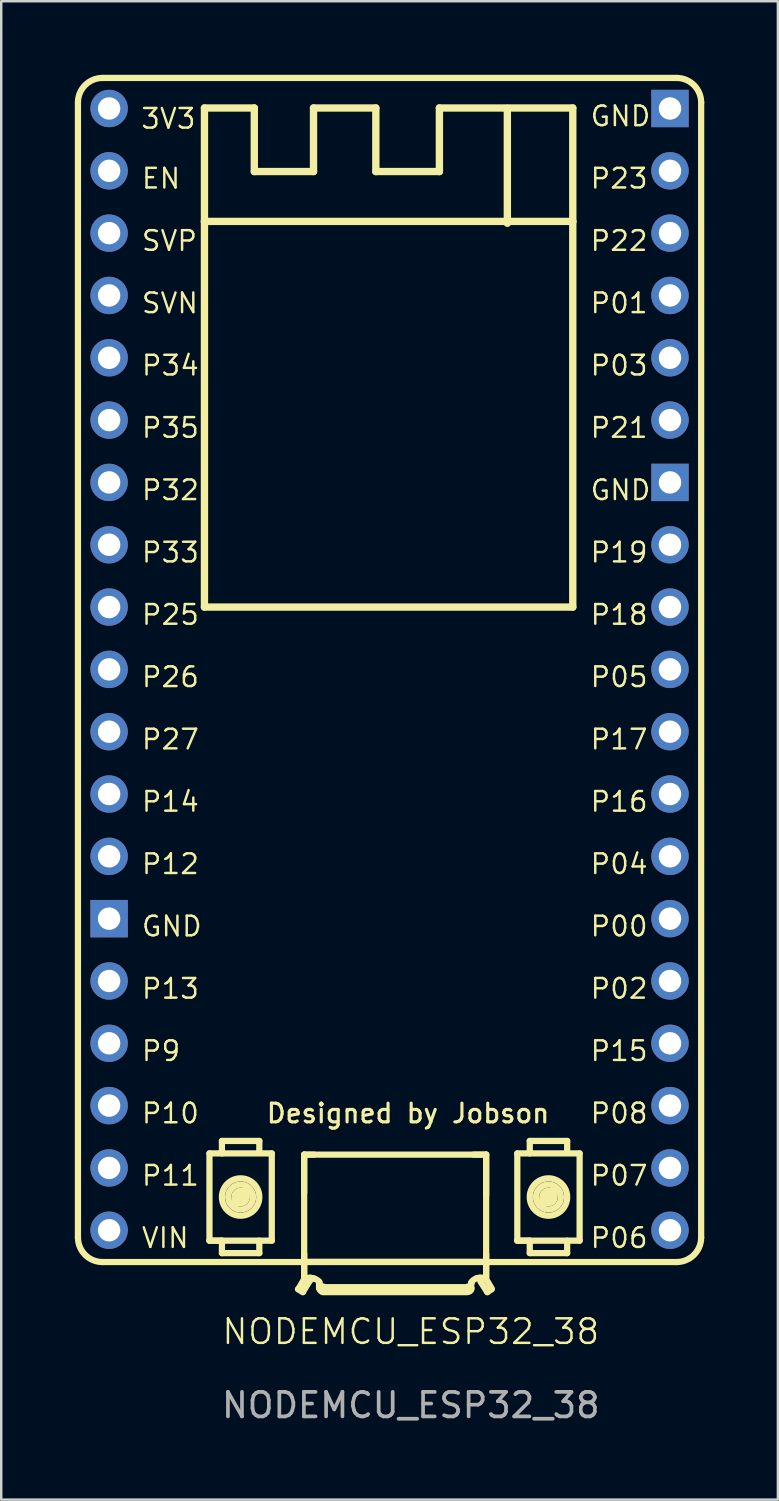
<source format=kicad_pcb>
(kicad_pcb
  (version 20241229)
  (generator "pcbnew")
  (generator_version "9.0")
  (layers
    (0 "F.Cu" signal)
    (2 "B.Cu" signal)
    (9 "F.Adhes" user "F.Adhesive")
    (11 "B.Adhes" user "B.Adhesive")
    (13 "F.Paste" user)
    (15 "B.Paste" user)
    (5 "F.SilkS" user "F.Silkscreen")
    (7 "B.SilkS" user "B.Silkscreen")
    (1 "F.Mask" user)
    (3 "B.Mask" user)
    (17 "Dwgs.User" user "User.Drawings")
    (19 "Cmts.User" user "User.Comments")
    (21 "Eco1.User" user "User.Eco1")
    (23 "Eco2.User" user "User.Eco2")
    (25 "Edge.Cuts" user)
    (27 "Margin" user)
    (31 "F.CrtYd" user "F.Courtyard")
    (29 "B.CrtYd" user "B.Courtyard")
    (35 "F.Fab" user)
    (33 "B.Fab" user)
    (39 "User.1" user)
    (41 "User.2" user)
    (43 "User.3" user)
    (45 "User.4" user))
  (footprint "NODEMCU_ESP32_38"
    (layer "F.Cu")
    (at 13.793 24.694)
    (property "Reference" "NODEMCU_ESP32_38" (at -0.1 26.53 0) (unlocked yes) (layer "F.SilkS") (effects (font (size 1 1) (thickness 0.1))))
    (attr through_hole)
    (fp_line (start -13.666 22.693) (end -13.666 -23.567) (stroke (width 0.254) (type solid)) (layer "F.SilkS"))
    (fp_line (start -12.666 -24.567) (end 10.734 -24.567) (stroke (width 0.254) (type solid)) (layer "F.SilkS"))
    (fp_line (start -12.666 23.693) (end 10.734 23.693) (stroke (width 0.254) (type solid)) (layer "F.SilkS"))
    (fp_line (start -8.51 -23.343) (end -6.478 -23.343) (stroke (width 0.3) (type solid)) (layer "F.SilkS"))
    (fp_line (start -8.51 -18.72) (end -8.51 -23.343) (stroke (width 0.3) (type solid)) (layer "F.SilkS"))
    (fp_line (start -8.51 -18.72) (end 6.502 -18.72) (stroke (width 0.3) (type solid)) (layer "F.SilkS"))
    (fp_line (start -8.51 -3.002) (end -8.51 -18.72) (stroke (width 0.3) (type solid)) (layer "F.SilkS"))
    (fp_line (start -8.51 -3.002) (end 6.502 -3.002) (stroke (width 0.3) (type solid)) (layer "F.SilkS"))
    (fp_line (start -8.306 19.266) (end -5.766 19.266) (stroke (width 0.254) (type solid)) (layer "F.SilkS"))
    (fp_line (start -8.306 22.822) (end -8.306 19.266) (stroke (width 0.254) (type solid)) (layer "F.SilkS"))
    (fp_line (start -8.306 22.822) (end -7.798 22.822) (stroke (width 0.254) (type solid)) (layer "F.SilkS"))
    (fp_line (start -8.306 22.822) (end -5.766 22.822) (stroke (width 0.254) (type solid)) (layer "F.SilkS"))
    (fp_line (start -7.798 18.758) (end -6.274 18.758) (stroke (width 0.254) (type solid)) (layer "F.SilkS"))
    (fp_line (start -7.798 19.266) (end -7.798 18.758) (stroke (width 0.254) (type solid)) (layer "F.SilkS"))
    (fp_line (start -7.798 23.33) (end -7.798 22.822) (stroke (width 0.254) (type solid)) (layer "F.SilkS"))
    (fp_line (start -7.798 23.33) (end -6.274 23.33) (stroke (width 0.254) (type solid)) (layer "F.SilkS"))
    (fp_line (start -6.478 -20.752) (end -6.478 -23.343) (stroke (width 0.3) (type solid)) (layer "F.SilkS"))
    (fp_line (start -6.478 -20.752) (end -4.065 -20.752) (stroke (width 0.3) (type solid)) (layer "F.SilkS"))
    (fp_line (start -6.274 19.197) (end -6.274 18.758) (stroke (width 0.254) (type solid)) (layer "F.SilkS"))
    (fp_line (start -6.274 23.33) (end -6.274 22.822) (stroke (width 0.254) (type solid)) (layer "F.SilkS"))
    (fp_line (start -5.766 22.822) (end -5.766 19.266) (stroke (width 0.254) (type solid)) (layer "F.SilkS"))
    (fp_line (start -4.7 24.803) (end -4.5 24.92) (stroke (width 0.254) (type solid)) (layer "F.SilkS"))
    (fp_line (start -4.674 24.777) (end -4.42 24.346) (stroke (width 0.254) (type solid)) (layer "F.SilkS"))
    (fp_line (start -4.5 24.92) (end -4.221 24.463) (stroke (width 0.254) (type solid)) (layer "F.SilkS"))
    (fp_line (start -4.446 19.316) (end -4.039 19.316) (stroke (width 0.254) (type solid)) (layer "F.SilkS"))
    (fp_line (start -4.446 19.316) (end 2.971 19.316) (stroke (width 0.254) (type solid)) (layer "F.SilkS"))
    (fp_line (start -4.446 20.866) (end -4.446 19.316) (stroke (width 0.254) (type solid)) (layer "F.SilkS"))
    (fp_line (start -4.446 24.269) (end -4.446 23.355) (stroke (width 0.254) (type solid)) (layer "F.SilkS"))
    (fp_line (start -4.446 24.32) (end -4.446 19.316) (stroke (width 0.254) (type solid)) (layer "F.SilkS"))
    (fp_line (start -4.446 24.346) (end -4.195 24.336) (stroke (width 0.254) (type solid)) (layer "F.SilkS"))
    (fp_line (start -4.42 23.685) (end 2.946 23.685) (stroke (width 0.254) (type solid)) (layer "F.SilkS"))
    (fp_line (start -4.195 24.336) (end -4.039 24.371) (stroke (width 0.254) (type solid)) (layer "F.SilkS"))
    (fp_line (start -4.065 -23.343) (end -1.525 -23.343) (stroke (width 0.3) (type solid)) (layer "F.SilkS"))
    (fp_line (start -4.065 -20.752) (end -4.065 -23.343) (stroke (width 0.3) (type solid)) (layer "F.SilkS"))
    (fp_line (start -3.84 24.565) (end -3.84 24.539) (stroke (width 0.254) (type solid)) (layer "F.SilkS"))
    (fp_line (start -3.84 24.768) (end -3.84 24.565) (stroke (width 0.254) (type solid)) (layer "F.SilkS"))
    (fp_line (start -3.687 24.717) (end 2.206 24.717) (stroke (width 0.254) (type solid)) (layer "F.SilkS"))
    (fp_line (start -3.687 24.92) (end 2.206 24.92) (stroke (width 0.254) (type solid)) (layer "F.SilkS"))
    (fp_line (start -1.525 -20.752) (end -1.525 -23.343) (stroke (width 0.3) (type solid)) (layer "F.SilkS"))
    (fp_line (start -1.525 -20.752) (end 1.066 -20.752) (stroke (width 0.3) (type solid)) (layer "F.SilkS"))
    (fp_line (start 1.066 -23.343) (end 6.502 -23.343) (stroke (width 0.3) (type solid)) (layer "F.SilkS"))
    (fp_line (start 1.066 -20.752) (end 1.066 -23.343) (stroke (width 0.3) (type solid)) (layer "F.SilkS"))
    (fp_line (start 2.358 24.565) (end 2.358 24.539) (stroke (width 0.254) (type solid)) (layer "F.SilkS"))
    (fp_line (start 2.358 24.768) (end 2.358 24.565) (stroke (width 0.254) (type solid)) (layer "F.SilkS"))
    (fp_line (start 2.463 19.316) (end 2.971 19.316) (stroke (width 0.254) (type solid)) (layer "F.SilkS"))
    (fp_line (start 2.59 24.346) (end 2.714 24.336) (stroke (width 0.254) (type solid)) (layer "F.SilkS"))
    (fp_line (start 2.714 24.336) (end 2.971 24.32) (stroke (width 0.254) (type solid)) (layer "F.SilkS"))
    (fp_line (start 2.739 24.489) (end 3.018 24.92) (stroke (width 0.254) (type solid)) (layer "F.SilkS"))
    (fp_line (start 2.946 24.346) (end 3.2 24.777) (stroke (width 0.254) (type solid)) (layer "F.SilkS"))
    (fp_line (start 2.971 20.967) (end 2.971 19.316) (stroke (width 0.254) (type solid)) (layer "F.SilkS"))
    (fp_line (start 2.971 24.269) (end 2.971 23.355) (stroke (width 0.254) (type solid)) (layer "F.SilkS"))
    (fp_line (start 2.971 24.32) (end 2.971 19.316) (stroke (width 0.254) (type solid)) (layer "F.SilkS"))
    (fp_line (start 3.018 24.92) (end 3.2 24.803) (stroke (width 0.254) (type solid)) (layer "F.SilkS"))
    (fp_line (start 3.835 -18.644) (end 3.835 -23.33) (stroke (width 0.3) (type solid)) (layer "F.SilkS"))
    (fp_line (start 4.241 19.266) (end 6.781 19.266) (stroke (width 0.254) (type solid)) (layer "F.SilkS"))
    (fp_line (start 4.241 22.822) (end 4.241 19.266) (stroke (width 0.254) (type solid)) (layer "F.SilkS"))
    (fp_line (start 4.241 22.822) (end 4.749 22.822) (stroke (width 0.254) (type solid)) (layer "F.SilkS"))
    (fp_line (start 4.241 22.822) (end 6.781 22.822) (stroke (width 0.254) (type solid)) (layer "F.SilkS"))
    (fp_line (start 4.749 18.758) (end 6.273 18.758) (stroke (width 0.254) (type solid)) (layer "F.SilkS"))
    (fp_line (start 4.749 19.266) (end 4.749 18.758) (stroke (width 0.254) (type solid)) (layer "F.SilkS"))
    (fp_line (start 4.749 23.33) (end 4.749 22.822) (stroke (width 0.254) (type solid)) (layer "F.SilkS"))
    (fp_line (start 4.749 23.33) (end 6.273 23.33) (stroke (width 0.254) (type solid)) (layer "F.SilkS"))
    (fp_line (start 6.273 19.172) (end 6.273 18.758) (stroke (width 0.254) (type solid)) (layer "F.SilkS"))
    (fp_line (start 6.273 23.33) (end 6.273 22.822) (stroke (width 0.254) (type solid)) (layer "F.SilkS"))
    (fp_line (start 6.502 -18.72) (end 6.502 -23.343) (stroke (width 0.3) (type solid)) (layer "F.SilkS"))
    (fp_line (start 6.502 -3.002) (end 6.502 -18.72) (stroke (width 0.3) (type solid)) (layer "F.SilkS"))
    (fp_line (start 6.781 22.822) (end 6.781 19.266) (stroke (width 0.254) (type solid)) (layer "F.SilkS"))
    (fp_line (start 11.734 22.693) (end 11.734 -23.567) (stroke (width 0.254) (type solid)) (layer "F.SilkS"))
    (fp_arc (start -13.66572 -23.56685) (mid -13.372827 -24.273957) (end -12.66572 -24.56685) (stroke (width 0.254) (type solid)) (layer "F.SilkS"))
    (fp_arc (start -12.66572 23.69307) (mid -13.372827 23.400177) (end -13.66572 22.69307) (stroke (width 0.254) (type solid)) (layer "F.SilkS"))
    (fp_arc (start -4.26774 24.345548) (mid -4.026919 24.369734) (end -3.823244 24.500487) (stroke (width 0.254) (type solid)) (layer "F.SilkS"))
    (fp_arc (start -4.166144 24.345551) (mid -4.177303 24.400014) (end -4.206783 24.44715) (stroke (width 0.254) (type solid)) (layer "F.SilkS"))
    (fp_arc (start -3.670846 24.906881) (mid -3.780227 24.862052) (end -3.823241 24.751945) (stroke (width 0.254) (type solid)) (layer "F.SilkS"))
    (fp_arc (start -3.67084 24.690981) (mid -3.776608 24.64972) (end -3.823236 24.546205) (stroke (width 0.254) (type solid)) (layer "F.SilkS"))
    (fp_arc (start 2.376892 24.500484) (mid 2.551693 24.370564) (end 2.768053 24.345544) (stroke (width 0.254) (type solid)) (layer "F.SilkS"))
    (fp_arc (start 2.376892 24.751946) (mid 2.333877 24.862054) (end 2.224495 24.906882) (stroke (width 0.254) (type solid)) (layer "F.SilkS"))
    (fp_arc (start 2.376896 24.546205) (mid 2.330268 24.64972) (end 2.2245 24.690981) (stroke (width 0.254) (type solid)) (layer "F.SilkS"))
    (fp_arc (start 2.765517 24.452224) (mid 2.744496 24.40094) (end 2.742658 24.345545) (stroke (width 0.254) (type solid)) (layer "F.SilkS"))
    (fp_arc (start 10.73423 -24.56685) (mid 11.441356 -24.273967) (end 11.73423 -23.56685) (stroke (width 0.254) (type solid)) (layer "F.SilkS"))
    (fp_arc (start 11.73423 22.69307) (mid 11.441337 23.400177) (end 10.73423 23.69307) (stroke (width 0.254) (type solid)) (layer "F.SilkS"))
    (fp_circle (center -7.163 21.171) (end -7.163 21.044) (stroke (width 0.254) (type solid)) (fill no) (layer "F.SilkS"))
    (fp_circle (center -7.036 21.044) (end -7.036 20.282) (stroke (width 0.254) (type solid)) (fill no) (layer "F.SilkS"))
    (fp_circle (center -7.036 21.044) (end -7.036 20.536) (stroke (width 0.254) (type solid)) (fill no) (layer "F.SilkS"))
    (fp_circle (center -7.036 21.044) (end -7.036 20.79) (stroke (width 0.254) (type solid)) (fill no) (layer "F.SilkS"))
    (fp_circle (center -6.909 20.917) (end -6.909 20.79) (stroke (width 0.254) (type solid)) (fill no) (layer "F.SilkS"))
    (fp_circle (center 5.384 21.171) (end 5.384 21.044) (stroke (width 0.254) (type solid)) (fill no) (layer "F.SilkS"))
    (fp_circle (center 5.511 21.044) (end 5.511 20.282) (stroke (width 0.254) (type solid)) (fill no) (layer "F.SilkS"))
    (fp_circle (center 5.511 21.044) (end 5.511 20.536) (stroke (width 0.254) (type solid)) (fill no) (layer "F.SilkS"))
    (fp_circle (center 5.511 21.044) (end 5.511 20.79) (stroke (width 0.254) (type solid)) (fill no) (layer "F.SilkS"))
    (fp_circle (center 5.638 20.917) (end 5.638 20.79) (stroke (width 0.254) (type solid)) (fill no) (layer "F.SilkS"))
    (fp_line (start 0.05 0.05) (end 0.051 0.049) (stroke (width 0.003) (type solid)) (layer "Eco1.User"))
    (fp_text user "3V3" (at -11.151 -22.44 0) (unlocked yes) (layer "F.SilkS") (effects (font (size 0.8 0.8) (thickness 0.1)) (justify left bottom)))
    (fp_text user "P02" (at 7.162 13.019 0) (unlocked yes) (layer "F.SilkS") (effects (font (size 0.8 0.8) (thickness 0.1)) (justify left bottom)))
    (fp_text user "P07" (at 7.162 20.639 0) (unlocked yes) (layer "F.SilkS") (effects (font (size 0.8 0.8) (thickness 0.1)) (justify left bottom)))
    (fp_text user "P14" (at -11.126 5.399 0) (unlocked yes) (layer "F.SilkS") (effects (font (size 0.8 0.8) (thickness 0.1)) (justify left bottom)))
    (fp_text user "P26" (at -11.126 0.319 0) (unlocked yes) (layer "F.SilkS") (effects (font (size 0.8 0.8) (thickness 0.1)) (justify left bottom)))
    (fp_text user "P33" (at -11.126 -4.761 0) (unlocked yes) (layer "F.SilkS") (effects (font (size 0.8 0.8) (thickness 0.1)) (justify left bottom)))
    (fp_text user "P25" (at -11.126 -2.221 0) (unlocked yes) (layer "F.SilkS") (effects (font (size 0.8 0.8) (thickness 0.1)) (justify left bottom)))
    (fp_text user "P27" (at -11.126 2.859 0) (unlocked yes) (layer "F.SilkS") (effects (font (size 0.8 0.8) (thickness 0.1)) (justify left bottom)))
    (fp_text user "P23" (at 7.162 -20.001 0) (unlocked yes) (layer "F.SilkS") (effects (font (size 0.8 0.8) (thickness 0.1)) (justify left bottom)))
    (fp_text user "P32" (at -11.126 -7.301 0) (unlocked yes) (layer "F.SilkS") (effects (font (size 0.8 0.8) (thickness 0.1)) (justify left bottom)))
    (fp_text user "SVP" (at -11.126 -17.461 0) (unlocked yes) (layer "F.SilkS") (effects (font (size 0.8 0.8) (thickness 0.1)) (justify left bottom)))
    (fp_text user "P08" (at 7.162 18.099 0) (unlocked yes) (layer "F.SilkS") (effects (font (size 0.8 0.8) (thickness 0.1)) (justify left bottom)))
    (fp_text user "P03" (at 7.162 -12.381 0) (unlocked yes) (layer "F.SilkS") (effects (font (size 0.8 0.8) (thickness 0.1)) (justify left bottom)))
    (fp_text user "P00" (at 7.162 10.479 0) (unlocked yes) (layer "F.SilkS") (effects (font (size 0.8 0.8) (thickness 0.1)) (justify left bottom)))
    (fp_text user "VIN" (at -11.126 23.179 0) (unlocked yes) (layer "F.SilkS") (effects (font (size 0.8 0.8) (thickness 0.1)) (justify left bottom)))
    (fp_text user "P01" (at 7.162 -14.921 0) (unlocked yes) (layer "F.SilkS") (effects (font (size 0.8 0.8) (thickness 0.1)) (justify left bottom)))
    (fp_text user "SVN" (at -11.126 -14.921 0) (unlocked yes) (layer "F.SilkS") (effects (font (size 0.8 0.8) (thickness 0.1)) (justify left bottom)))
    (fp_text user "P11" (at -11.126 20.639 0) (unlocked yes) (layer "F.SilkS") (effects (font (size 0.8 0.8) (thickness 0.1)) (justify left bottom)))
    (fp_text user "P12" (at -11.126 7.939 0) (unlocked yes) (layer "F.SilkS") (effects (font (size 0.8 0.8) (thickness 0.1)) (justify left bottom)))
    (fp_text user "P19" (at 7.162 -4.761 0) (unlocked yes) (layer "F.SilkS") (effects (font (size 0.8 0.8) (thickness 0.1)) (justify left bottom)))
    (fp_text user "P18" (at 7.162 -2.221 0) (unlocked yes) (layer "F.SilkS") (effects (font (size 0.8 0.8) (thickness 0.1)) (justify left bottom)))
    (fp_text user "P10" (at -11.126 18.099 0) (unlocked yes) (layer "F.SilkS") (effects (font (size 0.8 0.8) (thickness 0.1)) (justify left bottom)))
    (fp_text user "P34" (at -11.126 -12.381 0) (unlocked yes) (layer "F.SilkS") (effects (font (size 0.8 0.8) (thickness 0.1)) (justify left bottom)))
    (fp_text user "P06" (at 7.162 23.179 0) (unlocked yes) (layer "F.SilkS") (effects (font (size 0.8 0.8) (thickness 0.1)) (justify left bottom)))
    (fp_text user "P13" (at -11.126 13.019 0) (unlocked yes) (layer "F.SilkS") (effects (font (size 0.8 0.8) (thickness 0.1)) (justify left bottom)))
    (fp_text user "Designed by Jobson" (at -6.046 18.08 0) (unlocked yes) (layer "F.SilkS") (effects (font (size 0.762 0.762) (thickness 0.127)) (justify left bottom)))
    (fp_text user "GND" (at 7.162 -22.541 0) (unlocked yes) (layer "F.SilkS") (effects (font (size 0.8 0.8) (thickness 0.1)) (justify left bottom)))
    (fp_text user "P9" (at -11.126 15.559 0) (unlocked yes) (layer "F.SilkS") (effects (font (size 0.8 0.8) (thickness 0.1)) (justify left bottom)))
    (fp_text user "GND" (at 7.162 -7.301 0) (unlocked yes) (layer "F.SilkS") (effects (font (size 0.8 0.8) (thickness 0.1)) (justify left bottom)))
    (fp_text user "P21" (at 7.162 -9.841 0) (unlocked yes) (layer "F.SilkS") (effects (font (size 0.8 0.8) (thickness 0.1)) (justify left bottom)))
    (fp_text user "P22" (at 7.162 -17.461 0) (unlocked yes) (layer "F.SilkS") (effects (font (size 0.8 0.8) (thickness 0.1)) (justify left bottom)))
    (fp_text user "GND" (at -11.126 10.479 0) (unlocked yes) (layer "F.SilkS") (effects (font (size 0.8 0.8) (thickness 0.1)) (justify left bottom)))
    (fp_text user "P16" (at 7.162 5.399 0) (unlocked yes) (layer "F.SilkS") (effects (font (size 0.8 0.8) (thickness 0.1)) (justify left bottom)))
    (fp_text user "EN" (at -11.126 -20.001 0) (unlocked yes) (layer "F.SilkS") (effects (font (size 0.8 0.8) (thickness 0.1)) (justify left bottom)))
    (fp_text user "P04" (at 7.162 7.939 0) (unlocked yes) (layer "F.SilkS") (effects (font (size 0.8 0.8) (thickness 0.1)) (justify left bottom)))
    (fp_text user "P17" (at 7.162 2.859 0) (unlocked yes) (layer "F.SilkS") (effects (font (size 0.8 0.8) (thickness 0.1)) (justify left bottom)))
    (fp_text user "P15" (at 7.162 15.559 0) (unlocked yes) (layer "F.SilkS") (effects (font (size 0.8 0.8) (thickness 0.1)) (justify left bottom)))
    (fp_text user "P05" (at 7.162 0.319 0) (unlocked yes) (layer "F.SilkS") (effects (font (size 0.8 0.8) (thickness 0.1)) (justify left bottom)))
    (fp_text user "P35" (at -11.126 -9.841 0) (unlocked yes) (layer "F.SilkS") (effects (font (size 0.8 0.8) (thickness 0.1)) (justify left bottom)))
    (fp_text user "${REFERENCE}" (at -0.1 29.53 0) (unlocked yes) (layer "F.Fab") (effects (font (size 1 1) (thickness 0.15))))
    (pad "1" thru_hole circle (at -12.396 22.398) (size 1.524 1.524) (drill 0.914) (layers "*.Cu" "*.Mask"))
    (pad "2" thru_hole circle (at -12.396 19.858) (size 1.524 1.524) (drill 0.914) (layers "*.Cu" "*.Mask"))
    (pad "3" thru_hole circle (at -12.396 17.318) (size 1.524 1.524) (drill 0.914) (layers "*.Cu" "*.Mask"))
    (pad "4" thru_hole circle (at -12.396 14.778) (size 1.524 1.524) (drill 0.914) (layers "*.Cu" "*.Mask"))
    (pad "5" thru_hole circle (at -12.396 12.238) (size 1.524 1.524) (drill 0.914) (layers "*.Cu" "*.Mask"))
    (pad "6" thru_hole rect (at -12.396 9.698) (size 1.524 1.524) (drill 0.914) (layers "*.Cu" "*.Mask"))
    (pad "7" thru_hole circle (at -12.396 7.158) (size 1.524 1.524) (drill 0.914) (layers "*.Cu" "*.Mask"))
    (pad "8" thru_hole circle (at -12.396 4.618) (size 1.524 1.524) (drill 0.914) (layers "*.Cu" "*.Mask"))
    (pad "9" thru_hole circle (at -12.396 2.078) (size 1.524 1.524) (drill 0.914) (layers "*.Cu" "*.Mask"))
    (pad "10" thru_hole circle (at -12.396 -0.462) (size 1.524 1.524) (drill 0.914) (layers "*.Cu" "*.Mask"))
    (pad "11" thru_hole circle (at -12.396 -3.002) (size 1.524 1.524) (drill 0.914) (layers "*.Cu" "*.Mask"))
    (pad "12" thru_hole circle (at -12.396 -5.542) (size 1.524 1.524) (drill 0.914) (layers "*.Cu" "*.Mask"))
    (pad "13" thru_hole circle (at -12.396 -8.082) (size 1.524 1.524) (drill 0.914) (layers "*.Cu" "*.Mask"))
    (pad "14" thru_hole circle (at -12.396 -10.622) (size 1.524 1.524) (drill 0.914) (layers "*.Cu" "*.Mask"))
    (pad "15" thru_hole circle (at -12.396 -13.162) (size 1.524 1.524) (drill 0.914) (layers "*.Cu" "*.Mask"))
    (pad "16" thru_hole circle (at -12.396 -15.702) (size 1.524 1.524) (drill 0.914) (layers "*.Cu" "*.Mask"))
    (pad "17" thru_hole circle (at -12.396 -18.242) (size 1.524 1.524) (drill 0.914) (layers "*.Cu" "*.Mask"))
    (pad "18" thru_hole circle (at -12.396 -20.782) (size 1.524 1.524) (drill 0.914) (layers "*.Cu" "*.Mask"))
    (pad "19" thru_hole circle (at -12.396 -23.322) (size 1.524 1.524) (drill 0.914) (layers "*.Cu" "*.Mask"))
    (pad "20" thru_hole circle (at 10.464 22.398) (size 1.524 1.524) (drill 0.914) (layers "*.Cu" "*.Mask"))
    (pad "21" thru_hole circle (at 10.464 19.858) (size 1.524 1.524) (drill 0.914) (layers "*.Cu" "*.Mask"))
    (pad "22" thru_hole circle (at 10.464 17.318) (size 1.524 1.524) (drill 0.914) (layers "*.Cu" "*.Mask"))
    (pad "23" thru_hole circle (at 10.464 14.778) (size 1.524 1.524) (drill 0.914) (layers "*.Cu" "*.Mask"))
    (pad "24" thru_hole circle (at 10.464 12.238) (size 1.524 1.524) (drill 0.914) (layers "*.Cu" "*.Mask"))
    (pad "25" thru_hole circle (at 10.464 9.698) (size 1.524 1.524) (drill 0.914) (layers "*.Cu" "*.Mask"))
    (pad "26" thru_hole circle (at 10.464 7.158) (size 1.524 1.524) (drill 0.914) (layers "*.Cu" "*.Mask"))
    (pad "27" thru_hole circle (at 10.464 4.618) (size 1.524 1.524) (drill 0.914) (layers "*.Cu" "*.Mask"))
    (pad "28" thru_hole circle (at 10.464 2.078) (size 1.524 1.524) (drill 0.914) (layers "*.Cu" "*.Mask"))
    (pad "29" thru_hole circle (at 10.464 -0.462) (size 1.524 1.524) (drill 0.914) (layers "*.Cu" "*.Mask"))
    (pad "30" thru_hole circle (at 10.464 -3.002) (size 1.524 1.524) (drill 0.914) (layers "*.Cu" "*.Mask"))
    (pad "31" thru_hole circle (at 10.464 -5.542) (size 1.524 1.524) (drill 0.914) (layers "*.Cu" "*.Mask"))
    (pad "32" thru_hole rect (at 10.464 -8.082) (size 1.524 1.524) (drill 0.914) (layers "*.Cu" "*.Mask"))
    (pad "33" thru_hole circle (at 10.464 -10.622) (size 1.524 1.524) (drill 0.914) (layers "*.Cu" "*.Mask"))
    (pad "34" thru_hole circle (at 10.464 -13.162) (size 1.524 1.524) (drill 0.914) (layers "*.Cu" "*.Mask"))
    (pad "35" thru_hole circle (at 10.464 -15.702) (size 1.524 1.524) (drill 0.914) (layers "*.Cu" "*.Mask"))
    (pad "36" thru_hole circle (at 10.464 -18.242) (size 1.524 1.524) (drill 0.914) (layers "*.Cu" "*.Mask"))
    (pad "37" thru_hole circle (at 10.464 -20.782) (size 1.524 1.524) (drill 0.914) (layers "*.Cu" "*.Mask"))
    (pad "38" thru_hole rect (at 10.464 -23.322) (size 1.524 1.524) (drill 0.914) (layers "*.Cu" "*.Mask")))
  (gr_rect
    (start -3 -3)
    (end 28.654 58.072)
    (stroke (width 0.1) (type default))
    (fill no)
    (layer "Edge.Cuts")))
</source>
